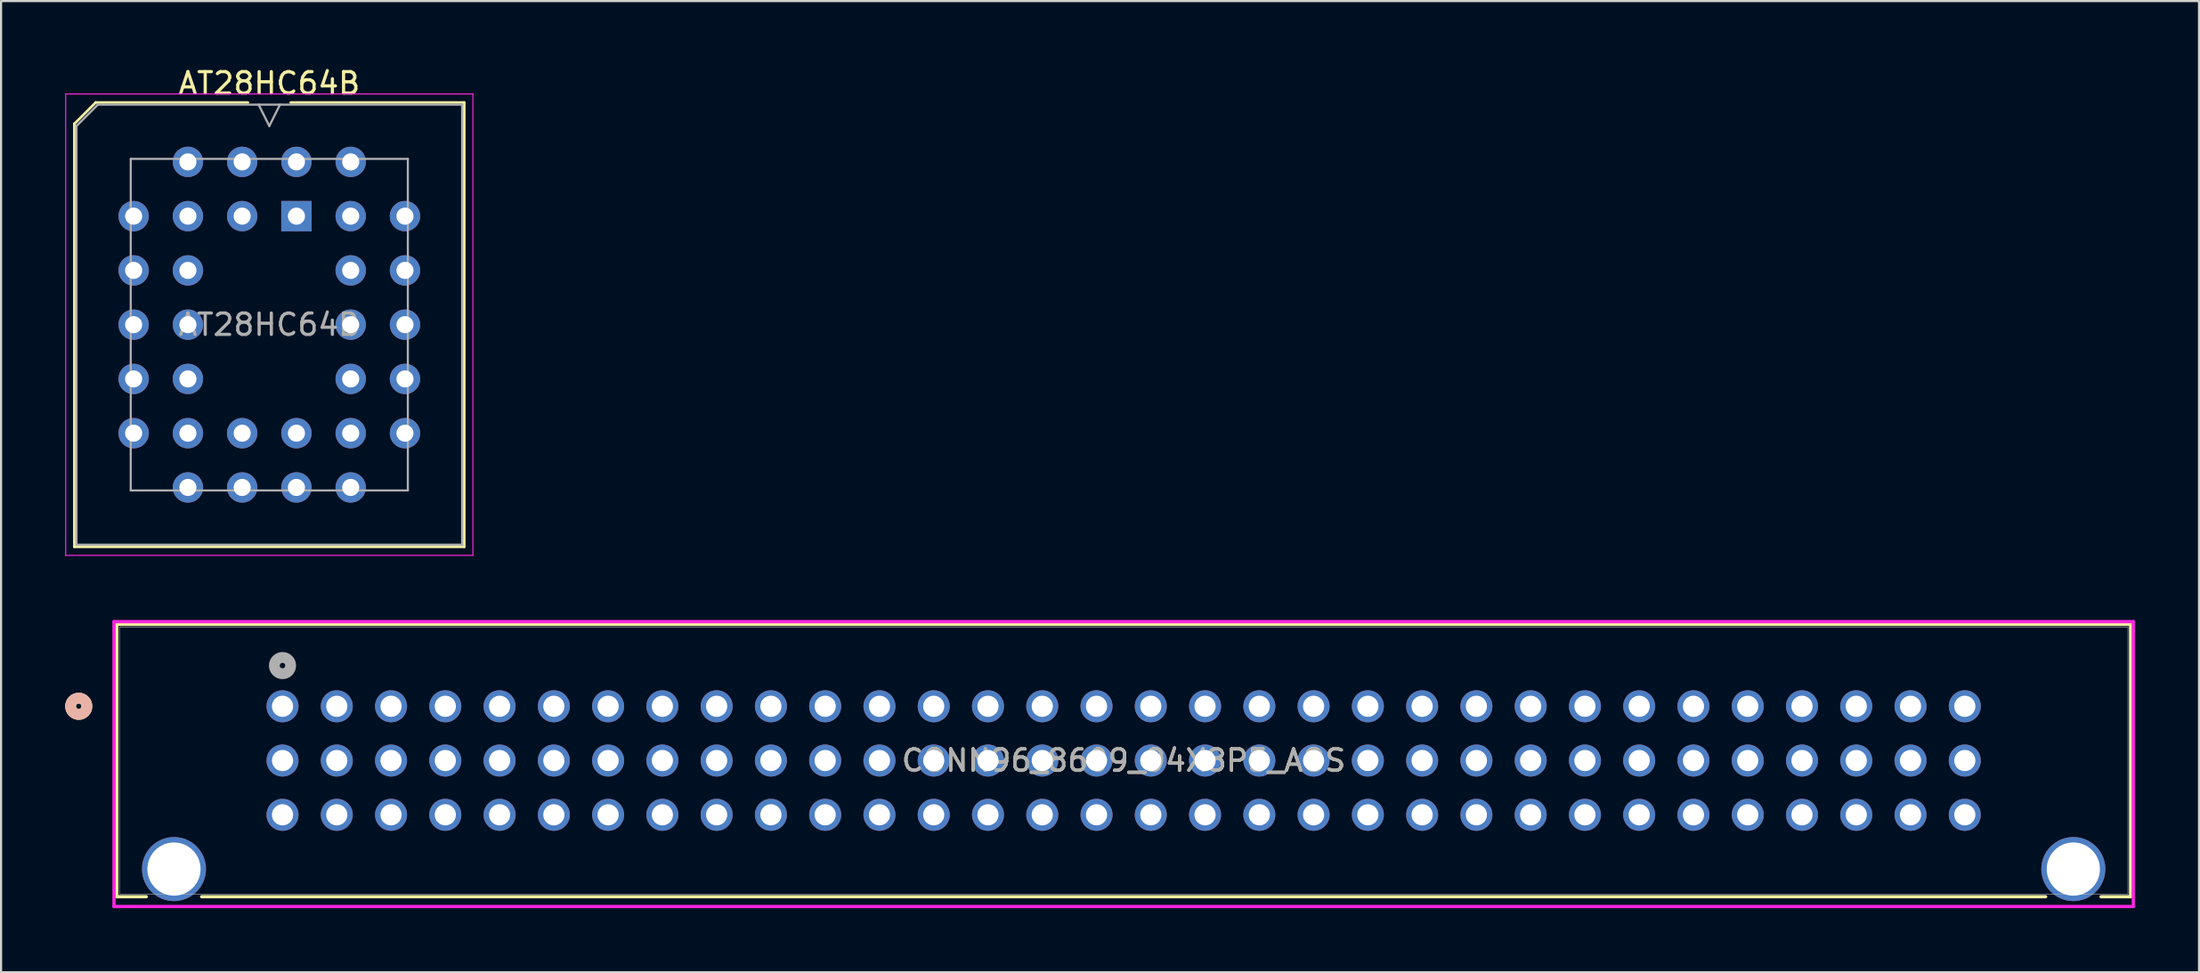
<source format=kicad_pcb>
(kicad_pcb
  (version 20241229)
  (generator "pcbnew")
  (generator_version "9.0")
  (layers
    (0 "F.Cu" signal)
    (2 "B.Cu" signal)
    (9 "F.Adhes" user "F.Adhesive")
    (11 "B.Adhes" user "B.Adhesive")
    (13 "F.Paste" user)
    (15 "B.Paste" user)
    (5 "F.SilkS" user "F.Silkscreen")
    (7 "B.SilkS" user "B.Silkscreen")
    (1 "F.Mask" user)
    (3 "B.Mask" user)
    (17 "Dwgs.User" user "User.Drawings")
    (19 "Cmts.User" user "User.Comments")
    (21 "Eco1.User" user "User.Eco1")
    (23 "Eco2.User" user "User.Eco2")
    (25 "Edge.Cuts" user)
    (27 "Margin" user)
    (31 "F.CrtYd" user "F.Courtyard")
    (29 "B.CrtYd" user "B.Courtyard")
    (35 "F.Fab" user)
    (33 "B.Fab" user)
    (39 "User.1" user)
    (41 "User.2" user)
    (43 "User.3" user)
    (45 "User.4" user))
  (footprint "AT28HC64B"
    (layer "F.Cu")
    (at 10.825 7.068)
    (property "Reference" "AT28HC64B" (at -1.27 -6.22 0) (layer "F.SilkS") (effects (font (size 1 1) (thickness 0.15))))
    (attr through_hole)
    (fp_line (start -10.395 -4.32) (end -10.395 15.48) (stroke (width 0.12) (type solid)) (layer "F.SilkS"))
    (fp_line (start -10.395 15.48) (end 7.855 15.48) (stroke (width 0.12) (type solid)) (layer "F.SilkS"))
    (fp_line (start -9.395 -5.32) (end -10.395 -4.32) (stroke (width 0.12) (type solid)) (layer "F.SilkS"))
    (fp_line (start -2.27 -5.32) (end -9.395 -5.32) (stroke (width 0.12) (type solid)) (layer "F.SilkS"))
    (fp_line (start 7.855 -5.32) (end -0.27 -5.32) (stroke (width 0.12) (type solid)) (layer "F.SilkS"))
    (fp_line (start 7.855 15.48) (end 7.855 -5.32) (stroke (width 0.12) (type solid)) (layer "F.SilkS"))
    (fp_line (start -10.8 -5.72) (end -10.8 15.88) (stroke (width 0.05) (type solid)) (layer "F.CrtYd"))
    (fp_line (start -10.8 15.88) (end 8.26 15.88) (stroke (width 0.05) (type solid)) (layer "F.CrtYd"))
    (fp_line (start 8.26 -5.72) (end -10.8 -5.72) (stroke (width 0.05) (type solid)) (layer "F.CrtYd"))
    (fp_line (start 8.26 15.88) (end 8.26 -5.72) (stroke (width 0.05) (type solid)) (layer "F.CrtYd"))
    (fp_line (start -10.295 -4.22) (end -10.295 15.38) (stroke (width 0.1) (type solid)) (layer "F.Fab"))
    (fp_line (start -10.295 15.38) (end 7.755 15.38) (stroke (width 0.1) (type solid)) (layer "F.Fab"))
    (fp_line (start -9.295 -5.22) (end -10.295 -4.22) (stroke (width 0.1) (type solid)) (layer "F.Fab"))
    (fp_line (start -7.755 -2.68) (end -7.755 12.84) (stroke (width 0.1) (type solid)) (layer "F.Fab"))
    (fp_line (start -7.755 12.84) (end 5.215 12.84) (stroke (width 0.1) (type solid)) (layer "F.Fab"))
    (fp_line (start -1.77 -5.22) (end -1.27 -4.22) (stroke (width 0.1) (type solid)) (layer "F.Fab"))
    (fp_line (start -1.27 -4.22) (end -0.77 -5.22) (stroke (width 0.1) (type solid)) (layer "F.Fab"))
    (fp_line (start 5.215 -2.68) (end -7.755 -2.68) (stroke (width 0.1) (type solid)) (layer "F.Fab"))
    (fp_line (start 5.215 12.84) (end 5.215 -2.68) (stroke (width 0.1) (type solid)) (layer "F.Fab"))
    (fp_line (start 7.755 -5.22) (end -9.295 -5.22) (stroke (width 0.1) (type solid)) (layer "F.Fab"))
    (fp_line (start 7.755 15.38) (end 7.755 -5.22) (stroke (width 0.1) (type solid)) (layer "F.Fab"))
    (fp_text user "${REFERENCE}" (at -1.27 5.08 0) (layer "F.Fab") (effects (font (size 1 1) (thickness 0.15))))
    (pad "1" thru_hole rect (at 0 0) (size 1.422 1.422) (drill 0.8) (layers "*.Cu" "*.Mask"))
    (pad "2" thru_hole circle (at -2.54 -2.54) (size 1.422 1.422) (drill 0.8) (layers "*.Cu" "*.Mask"))
    (pad "3" thru_hole circle (at -2.54 0) (size 1.422 1.422) (drill 0.8) (layers "*.Cu" "*.Mask"))
    (pad "4" thru_hole circle (at -5.08 -2.54) (size 1.422 1.422) (drill 0.8) (layers "*.Cu" "*.Mask"))
    (pad "5" thru_hole circle (at -7.62 0) (size 1.422 1.422) (drill 0.8) (layers "*.Cu" "*.Mask"))
    (pad "6" thru_hole circle (at -5.08 0) (size 1.422 1.422) (drill 0.8) (layers "*.Cu" "*.Mask"))
    (pad "7" thru_hole circle (at -7.62 2.54) (size 1.422 1.422) (drill 0.8) (layers "*.Cu" "*.Mask"))
    (pad "8" thru_hole circle (at -5.08 2.54) (size 1.422 1.422) (drill 0.8) (layers "*.Cu" "*.Mask"))
    (pad "9" thru_hole circle (at -7.62 5.08) (size 1.422 1.422) (drill 0.8) (layers "*.Cu" "*.Mask"))
    (pad "10" thru_hole circle (at -5.08 5.08) (size 1.422 1.422) (drill 0.8) (layers "*.Cu" "*.Mask"))
    (pad "11" thru_hole circle (at -7.62 7.62) (size 1.422 1.422) (drill 0.8) (layers "*.Cu" "*.Mask"))
    (pad "12" thru_hole circle (at -5.08 7.62) (size 1.422 1.422) (drill 0.8) (layers "*.Cu" "*.Mask"))
    (pad "13" thru_hole circle (at -7.62 10.16) (size 1.422 1.422) (drill 0.8) (layers "*.Cu" "*.Mask"))
    (pad "14" thru_hole circle (at -5.08 12.7) (size 1.422 1.422) (drill 0.8) (layers "*.Cu" "*.Mask"))
    (pad "15" thru_hole circle (at -5.08 10.16) (size 1.422 1.422) (drill 0.8) (layers "*.Cu" "*.Mask"))
    (pad "16" thru_hole circle (at -2.54 12.7) (size 1.422 1.422) (drill 0.8) (layers "*.Cu" "*.Mask"))
    (pad "17" thru_hole circle (at -2.54 10.16) (size 1.422 1.422) (drill 0.8) (layers "*.Cu" "*.Mask"))
    (pad "18" thru_hole circle (at 0 12.7) (size 1.422 1.422) (drill 0.8) (layers "*.Cu" "*.Mask"))
    (pad "19" thru_hole circle (at 0 10.16) (size 1.422 1.422) (drill 0.8) (layers "*.Cu" "*.Mask"))
    (pad "20" thru_hole circle (at 2.54 12.7) (size 1.422 1.422) (drill 0.8) (layers "*.Cu" "*.Mask"))
    (pad "21" thru_hole circle (at 5.08 10.16) (size 1.422 1.422) (drill 0.8) (layers "*.Cu" "*.Mask"))
    (pad "22" thru_hole circle (at 2.54 10.16) (size 1.422 1.422) (drill 0.8) (layers "*.Cu" "*.Mask"))
    (pad "23" thru_hole circle (at 5.08 7.62) (size 1.422 1.422) (drill 0.8) (layers "*.Cu" "*.Mask"))
    (pad "24" thru_hole circle (at 2.54 7.62) (size 1.422 1.422) (drill 0.8) (layers "*.Cu" "*.Mask"))
    (pad "25" thru_hole circle (at 5.08 5.08) (size 1.422 1.422) (drill 0.8) (layers "*.Cu" "*.Mask"))
    (pad "26" thru_hole circle (at 2.54 5.08) (size 1.422 1.422) (drill 0.8) (layers "*.Cu" "*.Mask"))
    (pad "27" thru_hole circle (at 5.08 2.54) (size 1.422 1.422) (drill 0.8) (layers "*.Cu" "*.Mask"))
    (pad "28" thru_hole circle (at 2.54 2.54) (size 1.422 1.422) (drill 0.8) (layers "*.Cu" "*.Mask"))
    (pad "29" thru_hole circle (at 5.08 0) (size 1.422 1.422) (drill 0.8) (layers "*.Cu" "*.Mask"))
    (pad "30" thru_hole circle (at 2.54 -2.54) (size 1.422 1.422) (drill 0.8) (layers "*.Cu" "*.Mask"))
    (pad "31" thru_hole circle (at 2.54 0) (size 1.422 1.422) (drill 0.8) (layers "*.Cu" "*.Mask"))
    (pad "32" thru_hole circle (at 0 -2.54) (size 1.422 1.422) (drill 0.8) (layers "*.Cu" "*.Mask")))
  (footprint "CONN96_8609_94X8P5_AOS"
    (layer "F.Cu")
    (at 10.173 30.012)
    (property "Reference" "CONN96_8609_94X8P5_AOS" (at 39.37 2.54 0) (unlocked yes) (layer "F.SilkS") (effects (font (size 1 1) (thickness 0.15))))
    (attr through_hole)
    (fp_line (start -7.76 -3.835) (end -7.76 8.915) (stroke (width 0.152) (type solid)) (layer "F.SilkS"))
    (fp_line (start -7.76 8.915) (end -6.375 8.915) (stroke (width 0.152) (type solid)) (layer "F.SilkS"))
    (fp_line (start -3.785 8.915) (end 82.525 8.915) (stroke (width 0.152) (type solid)) (layer "F.SilkS"))
    (fp_line (start 85.115 8.915) (end 86.5 8.915) (stroke (width 0.152) (type solid)) (layer "F.SilkS"))
    (fp_line (start 86.5 -3.835) (end -7.76 -3.835) (stroke (width 0.152) (type solid)) (layer "F.SilkS"))
    (fp_line (start 86.5 8.915) (end 86.5 -3.835) (stroke (width 0.152) (type solid)) (layer "F.SilkS"))
    (fp_circle (center -9.538 0) (end -9.157 0) (stroke (width 0.508) (type solid)) (fill no) (layer "F.SilkS"))
    (fp_circle (center -9.538 0) (end -9.157 0) (stroke (width 0.508) (type solid)) (fill no) (layer "B.SilkS"))
    (fp_line (start -7.887 -3.962) (end -7.887 9.373) (stroke (width 0.152) (type solid)) (layer "F.CrtYd"))
    (fp_line (start -7.887 9.373) (end 86.627 9.373) (stroke (width 0.152) (type solid)) (layer "F.CrtYd"))
    (fp_line (start 86.627 -3.962) (end -7.887 -3.962) (stroke (width 0.152) (type solid)) (layer "F.CrtYd"))
    (fp_line (start 86.627 9.373) (end 86.627 -3.962) (stroke (width 0.152) (type solid)) (layer "F.CrtYd"))
    (fp_line (start -7.633 -3.708) (end -7.633 8.788) (stroke (width 0.025) (type solid)) (layer "F.Fab"))
    (fp_line (start -7.633 8.788) (end 86.373 8.788) (stroke (width 0.025) (type solid)) (layer "F.Fab"))
    (fp_line (start 86.373 -3.708) (end -7.633 -3.708) (stroke (width 0.025) (type solid)) (layer "F.Fab"))
    (fp_line (start 86.373 8.788) (end 86.373 -3.708) (stroke (width 0.025) (type solid)) (layer "F.Fab"))
    (fp_circle (center 0 -1.905) (end 0.381 -1.905) (stroke (width 0.508) (type solid)) (fill no) (layer "F.Fab"))
    (fp_text user "${REFERENCE}" (at 39.37 2.54 0) (unlocked yes) (layer "F.Fab") (effects (font (size 1 1) (thickness 0.15))))
    (pad "A1" thru_hole circle (at 78.74 5.08) (size 1.499 1.499) (drill 0.991) (layers "*.Cu" "*.Mask"))
    (pad "A2" thru_hole circle (at 76.2 5.08) (size 1.499 1.499) (drill 0.991) (layers "*.Cu" "*.Mask"))
    (pad "A3" thru_hole circle (at 73.66 5.08) (size 1.499 1.499) (drill 0.991) (layers "*.Cu" "*.Mask"))
    (pad "A4" thru_hole circle (at 71.12 5.08) (size 1.499 1.499) (drill 0.991) (layers "*.Cu" "*.Mask"))
    (pad "A5" thru_hole circle (at 68.58 5.08) (size 1.499 1.499) (drill 0.991) (layers "*.Cu" "*.Mask"))
    (pad "A6" thru_hole circle (at 66.04 5.08) (size 1.499 1.499) (drill 0.991) (layers "*.Cu" "*.Mask"))
    (pad "A7" thru_hole circle (at 63.5 5.08) (size 1.499 1.499) (drill 0.991) (layers "*.Cu" "*.Mask"))
    (pad "A8" thru_hole circle (at 60.96 5.08) (size 1.499 1.499) (drill 0.991) (layers "*.Cu" "*.Mask"))
    (pad "A9" thru_hole circle (at 58.42 5.08) (size 1.499 1.499) (drill 0.991) (layers "*.Cu" "*.Mask"))
    (pad "A10" thru_hole circle (at 55.88 5.08) (size 1.499 1.499) (drill 0.991) (layers "*.Cu" "*.Mask"))
    (pad "A11" thru_hole circle (at 53.34 5.08) (size 1.499 1.499) (drill 0.991) (layers "*.Cu" "*.Mask"))
    (pad "A12" thru_hole circle (at 50.8 5.08) (size 1.499 1.499) (drill 0.991) (layers "*.Cu" "*.Mask"))
    (pad "A13" thru_hole circle (at 48.26 5.08) (size 1.499 1.499) (drill 0.991) (layers "*.Cu" "*.Mask"))
    (pad "A14" thru_hole circle (at 45.72 5.08) (size 1.499 1.499) (drill 0.991) (layers "*.Cu" "*.Mask"))
    (pad "A15" thru_hole circle (at 43.18 5.08) (size 1.499 1.499) (drill 0.991) (layers "*.Cu" "*.Mask"))
    (pad "A16" thru_hole circle (at 40.64 5.08) (size 1.499 1.499) (drill 0.991) (layers "*.Cu" "*.Mask"))
    (pad "A17" thru_hole circle (at 38.1 5.08) (size 1.499 1.499) (drill 0.991) (layers "*.Cu" "*.Mask"))
    (pad "A18" thru_hole circle (at 35.56 5.08) (size 1.499 1.499) (drill 0.991) (layers "*.Cu" "*.Mask"))
    (pad "A19" thru_hole circle (at 33.02 5.08) (size 1.499 1.499) (drill 0.991) (layers "*.Cu" "*.Mask"))
    (pad "A20" thru_hole circle (at 30.48 5.08) (size 1.499 1.499) (drill 0.991) (layers "*.Cu" "*.Mask"))
    (pad "A21" thru_hole circle (at 27.94 5.08) (size 1.499 1.499) (drill 0.991) (layers "*.Cu" "*.Mask"))
    (pad "A22" thru_hole circle (at 25.4 5.08) (size 1.499 1.499) (drill 0.991) (layers "*.Cu" "*.Mask"))
    (pad "A23" thru_hole circle (at 22.86 5.08) (size 1.499 1.499) (drill 0.991) (layers "*.Cu" "*.Mask"))
    (pad "A24" thru_hole circle (at 20.32 5.08) (size 1.499 1.499) (drill 0.991) (layers "*.Cu" "*.Mask"))
    (pad "A25" thru_hole circle (at 17.78 5.08) (size 1.499 1.499) (drill 0.991) (layers "*.Cu" "*.Mask"))
    (pad "A26" thru_hole circle (at 15.24 5.08) (size 1.499 1.499) (drill 0.991) (layers "*.Cu" "*.Mask"))
    (pad "A27" thru_hole circle (at 12.7 5.08) (size 1.499 1.499) (drill 0.991) (layers "*.Cu" "*.Mask"))
    (pad "A28" thru_hole circle (at 10.16 5.08) (size 1.499 1.499) (drill 0.991) (layers "*.Cu" "*.Mask"))
    (pad "A29" thru_hole circle (at 7.62 5.08) (size 1.499 1.499) (drill 0.991) (layers "*.Cu" "*.Mask"))
    (pad "A30" thru_hole circle (at 5.08 5.08) (size 1.499 1.499) (drill 0.991) (layers "*.Cu" "*.Mask"))
    (pad "A31" thru_hole circle (at 2.54 5.08) (size 1.499 1.499) (drill 0.991) (layers "*.Cu" "*.Mask"))
    (pad "A32" thru_hole circle (at 0 5.08) (size 1.499 1.499) (drill 0.991) (layers "*.Cu" "*.Mask"))
    (pad "B1" thru_hole circle (at 78.74 2.54) (size 1.499 1.499) (drill 0.991) (layers "*.Cu" "*.Mask"))
    (pad "B2" thru_hole circle (at 76.2 2.54) (size 1.499 1.499) (drill 0.991) (layers "*.Cu" "*.Mask"))
    (pad "B3" thru_hole circle (at 73.66 2.54) (size 1.499 1.499) (drill 0.991) (layers "*.Cu" "*.Mask"))
    (pad "B4" thru_hole circle (at 71.12 2.54) (size 1.499 1.499) (drill 0.991) (layers "*.Cu" "*.Mask"))
    (pad "B5" thru_hole circle (at 68.58 2.54) (size 1.499 1.499) (drill 0.991) (layers "*.Cu" "*.Mask"))
    (pad "B6" thru_hole circle (at 66.04 2.54) (size 1.499 1.499) (drill 0.991) (layers "*.Cu" "*.Mask"))
    (pad "B7" thru_hole circle (at 63.5 2.54) (size 1.499 1.499) (drill 0.991) (layers "*.Cu" "*.Mask"))
    (pad "B8" thru_hole circle (at 60.96 2.54) (size 1.499 1.499) (drill 0.991) (layers "*.Cu" "*.Mask"))
    (pad "B9" thru_hole circle (at 58.42 2.54) (size 1.499 1.499) (drill 0.991) (layers "*.Cu" "*.Mask"))
    (pad "B10" thru_hole circle (at 55.88 2.54) (size 1.499 1.499) (drill 0.991) (layers "*.Cu" "*.Mask"))
    (pad "B11" thru_hole circle (at 53.34 2.54) (size 1.499 1.499) (drill 0.991) (layers "*.Cu" "*.Mask"))
    (pad "B12" thru_hole circle (at 50.8 2.54) (size 1.499 1.499) (drill 0.991) (layers "*.Cu" "*.Mask"))
    (pad "B13" thru_hole circle (at 48.26 2.54) (size 1.499 1.499) (drill 0.991) (layers "*.Cu" "*.Mask"))
    (pad "B14" thru_hole circle (at 45.72 2.54) (size 1.499 1.499) (drill 0.991) (layers "*.Cu" "*.Mask"))
    (pad "B15" thru_hole circle (at 43.18 2.54) (size 1.499 1.499) (drill 0.991) (layers "*.Cu" "*.Mask"))
    (pad "B16" thru_hole circle (at 40.64 2.54) (size 1.499 1.499) (drill 0.991) (layers "*.Cu" "*.Mask"))
    (pad "B17" thru_hole circle (at 38.1 2.54) (size 1.499 1.499) (drill 0.991) (layers "*.Cu" "*.Mask"))
    (pad "B18" thru_hole circle (at 35.56 2.54) (size 1.499 1.499) (drill 0.991) (layers "*.Cu" "*.Mask"))
    (pad "B19" thru_hole circle (at 33.02 2.54) (size 1.499 1.499) (drill 0.991) (layers "*.Cu" "*.Mask"))
    (pad "B20" thru_hole circle (at 30.48 2.54) (size 1.499 1.499) (drill 0.991) (layers "*.Cu" "*.Mask"))
    (pad "B21" thru_hole circle (at 27.94 2.54) (size 1.499 1.499) (drill 0.991) (layers "*.Cu" "*.Mask"))
    (pad "B22" thru_hole circle (at 25.4 2.54) (size 1.499 1.499) (drill 0.991) (layers "*.Cu" "*.Mask"))
    (pad "B23" thru_hole circle (at 22.86 2.54) (size 1.499 1.499) (drill 0.991) (layers "*.Cu" "*.Mask"))
    (pad "B24" thru_hole circle (at 20.32 2.54) (size 1.499 1.499) (drill 0.991) (layers "*.Cu" "*.Mask"))
    (pad "B25" thru_hole circle (at 17.78 2.54) (size 1.499 1.499) (drill 0.991) (layers "*.Cu" "*.Mask"))
    (pad "B26" thru_hole circle (at 15.24 2.54) (size 1.499 1.499) (drill 0.991) (layers "*.Cu" "*.Mask"))
    (pad "B27" thru_hole circle (at 12.7 2.54) (size 1.499 1.499) (drill 0.991) (layers "*.Cu" "*.Mask"))
    (pad "B28" thru_hole circle (at 10.16 2.54) (size 1.499 1.499) (drill 0.991) (layers "*.Cu" "*.Mask"))
    (pad "B29" thru_hole circle (at 7.62 2.54) (size 1.499 1.499) (drill 0.991) (layers "*.Cu" "*.Mask"))
    (pad "B30" thru_hole circle (at 5.08 2.54) (size 1.499 1.499) (drill 0.991) (layers "*.Cu" "*.Mask"))
    (pad "B31" thru_hole circle (at 2.54 2.54) (size 1.499 1.499) (drill 0.991) (layers "*.Cu" "*.Mask"))
    (pad "B32" thru_hole circle (at 0 2.54) (size 1.499 1.499) (drill 0.991) (layers "*.Cu" "*.Mask"))
    (pad "C1" thru_hole circle (at 78.74 0) (size 1.499 1.499) (drill 0.991) (layers "*.Cu" "*.Mask"))
    (pad "C2" thru_hole circle (at 76.2 0) (size 1.499 1.499) (drill 0.991) (layers "*.Cu" "*.Mask"))
    (pad "C3" thru_hole circle (at 73.66 0) (size 1.499 1.499) (drill 0.991) (layers "*.Cu" "*.Mask"))
    (pad "C4" thru_hole circle (at 71.12 0) (size 1.499 1.499) (drill 0.991) (layers "*.Cu" "*.Mask"))
    (pad "C5" thru_hole circle (at 68.58 0) (size 1.499 1.499) (drill 0.991) (layers "*.Cu" "*.Mask"))
    (pad "C6" thru_hole circle (at 66.04 0) (size 1.499 1.499) (drill 0.991) (layers "*.Cu" "*.Mask"))
    (pad "C7" thru_hole circle (at 63.5 0) (size 1.499 1.499) (drill 0.991) (layers "*.Cu" "*.Mask"))
    (pad "C8" thru_hole circle (at 60.96 0) (size 1.499 1.499) (drill 0.991) (layers "*.Cu" "*.Mask"))
    (pad "C9" thru_hole circle (at 58.42 0) (size 1.499 1.499) (drill 0.991) (layers "*.Cu" "*.Mask"))
    (pad "C10" thru_hole circle (at 55.88 0) (size 1.499 1.499) (drill 0.991) (layers "*.Cu" "*.Mask"))
    (pad "C11" thru_hole circle (at 53.34 0) (size 1.499 1.499) (drill 0.991) (layers "*.Cu" "*.Mask"))
    (pad "C12" thru_hole circle (at 50.8 0) (size 1.499 1.499) (drill 0.991) (layers "*.Cu" "*.Mask"))
    (pad "C13" thru_hole circle (at 48.26 0) (size 1.499 1.499) (drill 0.991) (layers "*.Cu" "*.Mask"))
    (pad "C14" thru_hole circle (at 45.72 0) (size 1.499 1.499) (drill 0.991) (layers "*.Cu" "*.Mask"))
    (pad "C15" thru_hole circle (at 43.18 0) (size 1.499 1.499) (drill 0.991) (layers "*.Cu" "*.Mask"))
    (pad "C16" thru_hole circle (at 40.64 0) (size 1.499 1.499) (drill 0.991) (layers "*.Cu" "*.Mask"))
    (pad "C17" thru_hole circle (at 38.1 0) (size 1.499 1.499) (drill 0.991) (layers "*.Cu" "*.Mask"))
    (pad "C18" thru_hole circle (at 35.56 0) (size 1.499 1.499) (drill 0.991) (layers "*.Cu" "*.Mask"))
    (pad "C19" thru_hole circle (at 33.02 0) (size 1.499 1.499) (drill 0.991) (layers "*.Cu" "*.Mask"))
    (pad "C20" thru_hole circle (at 30.48 0) (size 1.499 1.499) (drill 0.991) (layers "*.Cu" "*.Mask"))
    (pad "C21" thru_hole circle (at 27.94 0) (size 1.499 1.499) (drill 0.991) (layers "*.Cu" "*.Mask"))
    (pad "C22" thru_hole circle (at 25.4 0) (size 1.499 1.499) (drill 0.991) (layers "*.Cu" "*.Mask"))
    (pad "C23" thru_hole circle (at 22.86 0) (size 1.499 1.499) (drill 0.991) (layers "*.Cu" "*.Mask"))
    (pad "C24" thru_hole circle (at 20.32 0) (size 1.499 1.499) (drill 0.991) (layers "*.Cu" "*.Mask"))
    (pad "C25" thru_hole circle (at 17.78 0) (size 1.499 1.499) (drill 0.991) (layers "*.Cu" "*.Mask"))
    (pad "C26" thru_hole circle (at 15.24 0) (size 1.499 1.499) (drill 0.991) (layers "*.Cu" "*.Mask"))
    (pad "C27" thru_hole circle (at 12.7 0) (size 1.499 1.499) (drill 0.991) (layers "*.Cu" "*.Mask"))
    (pad "C28" thru_hole circle (at 10.16 0) (size 1.499 1.499) (drill 0.991) (layers "*.Cu" "*.Mask"))
    (pad "C29" thru_hole circle (at 7.62 0) (size 1.499 1.499) (drill 0.991) (layers "*.Cu" "*.Mask"))
    (pad "C30" thru_hole circle (at 5.08 0) (size 1.499 1.499) (drill 0.991) (layers "*.Cu" "*.Mask"))
    (pad "C31" thru_hole circle (at 2.54 0) (size 1.499 1.499) (drill 0.991) (layers "*.Cu" "*.Mask"))
    (pad "C32" thru_hole circle (at 0 0) (size 1.499 1.499) (drill 0.991) (layers "*.Cu" "*.Mask"))
    (pad "M" thru_hole circle (at -5.08 7.62) (size 2.997 2.997) (drill 2.489) (layers "*.Cu" "*.Mask"))
    (pad "M" thru_hole circle (at 83.82 7.62) (size 2.997 2.997) (drill 2.489) (layers "*.Cu" "*.Mask")))
  (gr_rect
    (start -3 -3)
    (end 99.876 42.461)
    (stroke (width 0.1) (type default))
    (fill no)
    (layer "Edge.Cuts")))
</source>
